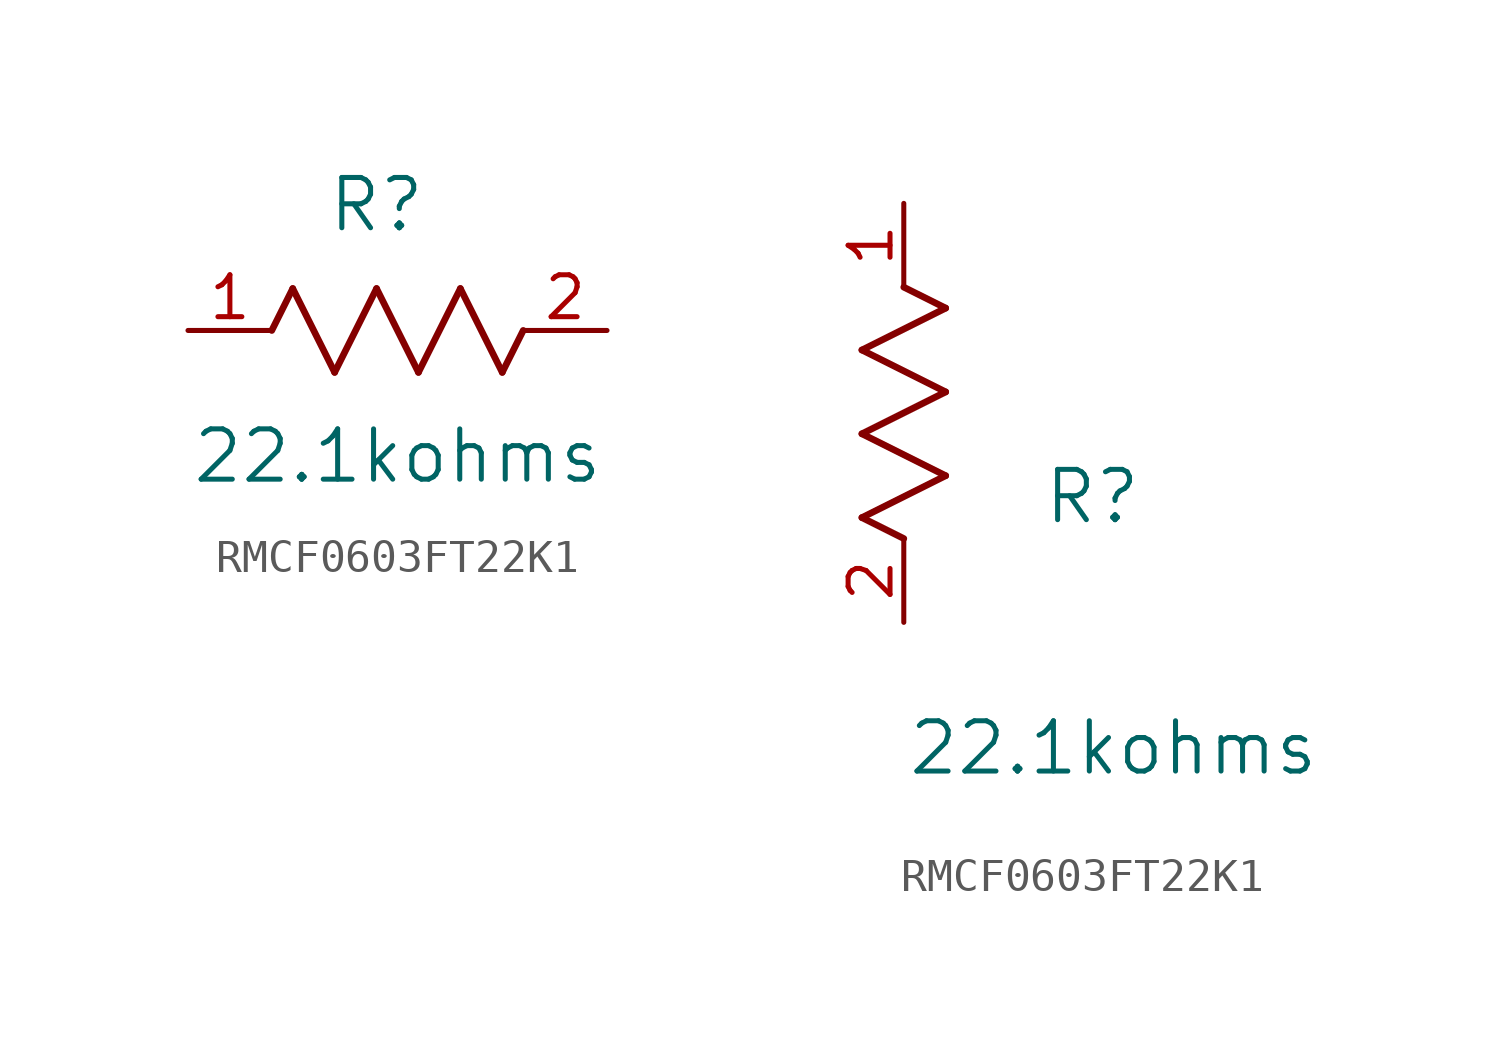
<source format=kicad_sym>
(kicad_symbol_lib
  (version 20220914)
  (generator kicad_symbol_editor)
  (symbol "RMCF0603FT22K1"
    (pin_names
      (offset 0.254))
    (property "Reference" "R"
      (at 5.715 3.81 0)
      (effects (font (size 1.524 1.524))))
    (property "Value" "22.1kohms"
      (at 6.35 -3.81 0)
      (effects (font (size 1.524 1.524))))
    (symbol "RMCF0603FT22K1_1_1"
      (polyline (pts (xy 2.54 0) (xy 3.175 1.27)) (stroke (width 0.203) (type default)) (fill (type none)))
      (polyline (pts (xy 3.175 1.27) (xy 4.445 -1.27)) (stroke (width 0.203) (type default)) (fill (type none)))
      (polyline (pts (xy 4.445 -1.27) (xy 5.715 1.27)) (stroke (width 0.203) (type default)) (fill (type none)))
      (polyline (pts (xy 5.715 1.27) (xy 6.985 -1.27)) (stroke (width 0.203) (type default)) (fill (type none)))
      (polyline (pts (xy 6.985 -1.27) (xy 8.255 1.27)) (stroke (width 0.203) (type default)) (fill (type none)))
      (polyline (pts (xy 8.255 1.27) (xy 9.525 -1.27)) (stroke (width 0.203) (type default)) (fill (type none)))
      (polyline (pts (xy 9.525 -1.27) (xy 10.16 0)) (stroke (width 0.203) (type default)) (fill (type none)))
      (pin unspecified line (at 0 0 0) (length 2.54) (name "" (effects (font (size 1.27 1.27)))) (number "1" (effects (font (size 1.27 1.27)))))
      (pin unspecified line (at 12.7 0 180) (length 2.54) (name "" (effects (font (size 1.27 1.27)))) (number "2" (effects (font (size 1.27 1.27))))))
    (symbol "RMCF0603FT22K1_1_2"
      (polyline (pts (xy -1.27 3.175) (xy 1.27 4.445)) (stroke (width 0.203) (type default)) (fill (type none)))
      (polyline (pts (xy -1.27 5.715) (xy 1.27 6.985)) (stroke (width 0.203) (type default)) (fill (type none)))
      (polyline (pts (xy -1.27 8.255) (xy 1.27 9.525)) (stroke (width 0.203) (type default)) (fill (type none)))
      (polyline (pts (xy 0 2.54) (xy -1.27 3.175)) (stroke (width 0.203) (type default)) (fill (type none)))
      (polyline (pts (xy 1.27 4.445) (xy -1.27 5.715)) (stroke (width 0.203) (type default)) (fill (type none)))
      (polyline (pts (xy 1.27 6.985) (xy -1.27 8.255)) (stroke (width 0.203) (type default)) (fill (type none)))
      (polyline (pts (xy 1.27 9.525) (xy 0 10.16)) (stroke (width 0.203) (type default)) (fill (type none)))
      (pin unspecified line (at 0 12.7 270) (length 2.54) (name "" (effects (font (size 1.27 1.27)))) (number "1" (effects (font (size 1.27 1.27)))))
      (pin unspecified line (at 0 0 90) (length 2.54) (name "" (effects (font (size 1.27 1.27)))) (number "2" (effects (font (size 1.27 1.27))))))))
</source>
